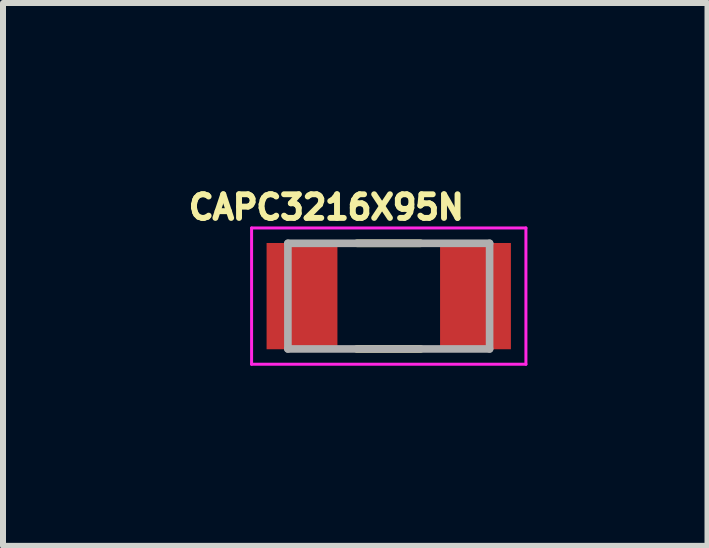
<source format=kicad_pcb>
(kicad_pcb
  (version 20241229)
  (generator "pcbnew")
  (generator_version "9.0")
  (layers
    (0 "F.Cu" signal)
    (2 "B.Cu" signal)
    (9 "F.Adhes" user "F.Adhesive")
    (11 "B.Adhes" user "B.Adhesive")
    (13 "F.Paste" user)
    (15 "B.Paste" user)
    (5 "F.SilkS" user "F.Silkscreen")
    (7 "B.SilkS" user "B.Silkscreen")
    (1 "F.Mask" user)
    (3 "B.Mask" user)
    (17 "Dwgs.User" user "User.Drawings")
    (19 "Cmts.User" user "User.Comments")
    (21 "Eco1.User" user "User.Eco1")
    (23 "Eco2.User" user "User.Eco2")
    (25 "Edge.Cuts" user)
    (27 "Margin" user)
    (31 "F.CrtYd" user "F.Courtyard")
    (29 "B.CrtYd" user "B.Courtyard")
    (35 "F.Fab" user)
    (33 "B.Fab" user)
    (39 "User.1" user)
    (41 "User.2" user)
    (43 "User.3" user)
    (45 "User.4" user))
  (footprint "CAPC3216X95N"
    (layer "F.Cu")
    (at 3.426 1.883)
    (property "Reference" "CAPC3216X95N" (at -1.04 -1.48 0) (layer "F.SilkS") (effects (font (size 0.394 0.394) (thickness 0.15))))
    (attr smd)
    (fp_line (start -0.53 -0.88) (end 0.53 -0.88) (stroke (width 0.127) (type solid)) (layer "F.SilkS"))
    (fp_line (start -0.53 0.88) (end 0.53 0.88) (stroke (width 0.127) (type solid)) (layer "F.SilkS"))
    (fp_line (start -2.285 -1.135) (end 2.285 -1.135) (stroke (width 0.05) (type solid)) (layer "F.CrtYd"))
    (fp_line (start -2.285 1.135) (end -2.285 -1.135) (stroke (width 0.05) (type solid)) (layer "F.CrtYd"))
    (fp_line (start -2.285 1.135) (end 2.285 1.135) (stroke (width 0.05) (type solid)) (layer "F.CrtYd"))
    (fp_line (start 2.285 1.135) (end 2.285 -1.135) (stroke (width 0.05) (type solid)) (layer "F.CrtYd"))
    (fp_line (start -1.68 0.88) (end -1.68 -0.88) (stroke (width 0.127) (type solid)) (layer "F.Fab"))
    (fp_line (start 1.68 -0.88) (end -1.68 -0.88) (stroke (width 0.127) (type solid)) (layer "F.Fab"))
    (fp_line (start 1.68 0.88) (end -1.68 0.88) (stroke (width 0.127) (type solid)) (layer "F.Fab"))
    (fp_line (start 1.68 0.88) (end 1.68 -0.88) (stroke (width 0.127) (type solid)) (layer "F.Fab"))
    (pad "1" smd rect (at -1.445 0) (size 1.18 1.77) (layers "F.Cu" "F.Mask" "F.Paste"))
    (pad "2" smd rect (at 1.445 0) (size 1.18 1.77) (layers "F.Cu" "F.Mask" "F.Paste")))
  (gr_rect
    (start -3 -3)
    (end 8.736 6.043)
    (stroke (width 0.1) (type default))
    (fill no)
    (layer "Edge.Cuts")))
</source>
